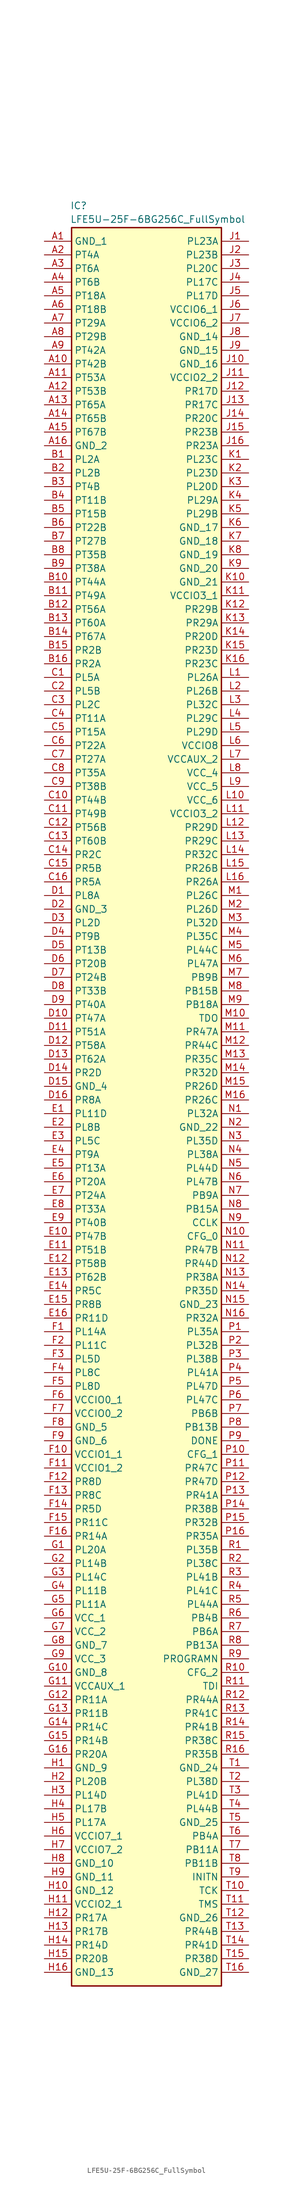
<source format=kicad_sym>
(kicad_symbol_lib
  (version 20241209)
  (generator "kicad_symbol_editor")
  (generator_version "9.0")
  (symbol "LFE5U-25F-6BG256C_FullSymbol"
    (property "Reference" "IC"
      (at 4.826 7.366 0)
      (effects (font (size 1.27 1.27)) (justify left top)))
    (property "Value" "LFE5U-25F-6BG256C_FullSymbol"
      (at 4.826 4.826 0)
      (effects (font (size 1.27 1.27)) (justify left top)))
    (symbol "LFE5U-25F-6BG256C_FullSymbol_1_1"
      (rectangle (start 5.08 2.54) (end 33.02 -325.12) (stroke (width 0.254) (type default)) (fill (type background)))
      (pin passive line (at 0 0 0) (length 5.08) (name "GND_1" (effects (font (size 1.27 1.27)))) (number "A1" (effects (font (size 1.27 1.27)))))
      (pin passive line (at 0 -2.54 0) (length 5.08) (name "PT4A" (effects (font (size 1.27 1.27)))) (number "A2" (effects (font (size 1.27 1.27)))))
      (pin passive line (at 0 -5.08 0) (length 5.08) (name "PT6A" (effects (font (size 1.27 1.27)))) (number "A3" (effects (font (size 1.27 1.27)))))
      (pin passive line (at 0 -7.62 0) (length 5.08) (name "PT6B" (effects (font (size 1.27 1.27)))) (number "A4" (effects (font (size 1.27 1.27)))))
      (pin passive line (at 0 -10.16 0) (length 5.08) (name "PT18A" (effects (font (size 1.27 1.27)))) (number "A5" (effects (font (size 1.27 1.27)))))
      (pin passive line (at 0 -12.7 0) (length 5.08) (name "PT18B" (effects (font (size 1.27 1.27)))) (number "A6" (effects (font (size 1.27 1.27)))))
      (pin passive line (at 0 -15.24 0) (length 5.08) (name "PT29A" (effects (font (size 1.27 1.27)))) (number "A7" (effects (font (size 1.27 1.27)))))
      (pin passive line (at 0 -17.78 0) (length 5.08) (name "PT29B" (effects (font (size 1.27 1.27)))) (number "A8" (effects (font (size 1.27 1.27)))))
      (pin passive line (at 0 -20.32 0) (length 5.08) (name "PT42A" (effects (font (size 1.27 1.27)))) (number "A9" (effects (font (size 1.27 1.27)))))
      (pin passive line (at 0 -22.86 0) (length 5.08) (name "PT42B" (effects (font (size 1.27 1.27)))) (number "A10" (effects (font (size 1.27 1.27)))))
      (pin passive line (at 0 -25.4 0) (length 5.08) (name "PT53A" (effects (font (size 1.27 1.27)))) (number "A11" (effects (font (size 1.27 1.27)))))
      (pin passive line (at 0 -27.94 0) (length 5.08) (name "PT53B" (effects (font (size 1.27 1.27)))) (number "A12" (effects (font (size 1.27 1.27)))))
      (pin passive line (at 0 -30.48 0) (length 5.08) (name "PT65A" (effects (font (size 1.27 1.27)))) (number "A13" (effects (font (size 1.27 1.27)))))
      (pin passive line (at 0 -33.02 0) (length 5.08) (name "PT65B" (effects (font (size 1.27 1.27)))) (number "A14" (effects (font (size 1.27 1.27)))))
      (pin passive line (at 0 -35.56 0) (length 5.08) (name "PT67B" (effects (font (size 1.27 1.27)))) (number "A15" (effects (font (size 1.27 1.27)))))
      (pin passive line (at 0 -38.1 0) (length 5.08) (name "GND_2" (effects (font (size 1.27 1.27)))) (number "A16" (effects (font (size 1.27 1.27)))))
      (pin passive line (at 0 -40.64 0) (length 5.08) (name "PL2A" (effects (font (size 1.27 1.27)))) (number "B1" (effects (font (size 1.27 1.27)))))
      (pin passive line (at 0 -43.18 0) (length 5.08) (name "PL2B" (effects (font (size 1.27 1.27)))) (number "B2" (effects (font (size 1.27 1.27)))))
      (pin passive line (at 0 -45.72 0) (length 5.08) (name "PT4B" (effects (font (size 1.27 1.27)))) (number "B3" (effects (font (size 1.27 1.27)))))
      (pin passive line (at 0 -48.26 0) (length 5.08) (name "PT11B" (effects (font (size 1.27 1.27)))) (number "B4" (effects (font (size 1.27 1.27)))))
      (pin passive line (at 0 -50.8 0) (length 5.08) (name "PT15B" (effects (font (size 1.27 1.27)))) (number "B5" (effects (font (size 1.27 1.27)))))
      (pin passive line (at 0 -53.34 0) (length 5.08) (name "PT22B" (effects (font (size 1.27 1.27)))) (number "B6" (effects (font (size 1.27 1.27)))))
      (pin passive line (at 0 -55.88 0) (length 5.08) (name "PT27B" (effects (font (size 1.27 1.27)))) (number "B7" (effects (font (size 1.27 1.27)))))
      (pin passive line (at 0 -58.42 0) (length 5.08) (name "PT35B" (effects (font (size 1.27 1.27)))) (number "B8" (effects (font (size 1.27 1.27)))))
      (pin passive line (at 0 -60.96 0) (length 5.08) (name "PT38A" (effects (font (size 1.27 1.27)))) (number "B9" (effects (font (size 1.27 1.27)))))
      (pin passive line (at 0 -63.5 0) (length 5.08) (name "PT44A" (effects (font (size 1.27 1.27)))) (number "B10" (effects (font (size 1.27 1.27)))))
      (pin passive line (at 0 -66.04 0) (length 5.08) (name "PT49A" (effects (font (size 1.27 1.27)))) (number "B11" (effects (font (size 1.27 1.27)))))
      (pin passive line (at 0 -68.58 0) (length 5.08) (name "PT56A" (effects (font (size 1.27 1.27)))) (number "B12" (effects (font (size 1.27 1.27)))))
      (pin passive line (at 0 -71.12 0) (length 5.08) (name "PT60A" (effects (font (size 1.27 1.27)))) (number "B13" (effects (font (size 1.27 1.27)))))
      (pin passive line (at 0 -73.66 0) (length 5.08) (name "PT67A" (effects (font (size 1.27 1.27)))) (number "B14" (effects (font (size 1.27 1.27)))))
      (pin passive line (at 0 -76.2 0) (length 5.08) (name "PR2B" (effects (font (size 1.27 1.27)))) (number "B15" (effects (font (size 1.27 1.27)))))
      (pin passive line (at 0 -78.74 0) (length 5.08) (name "PR2A" (effects (font (size 1.27 1.27)))) (number "B16" (effects (font (size 1.27 1.27)))))
      (pin passive line (at 0 -81.28 0) (length 5.08) (name "PL5A" (effects (font (size 1.27 1.27)))) (number "C1" (effects (font (size 1.27 1.27)))))
      (pin passive line (at 0 -83.82 0) (length 5.08) (name "PL5B" (effects (font (size 1.27 1.27)))) (number "C2" (effects (font (size 1.27 1.27)))))
      (pin passive line (at 0 -86.36 0) (length 5.08) (name "PL2C" (effects (font (size 1.27 1.27)))) (number "C3" (effects (font (size 1.27 1.27)))))
      (pin passive line (at 0 -88.9 0) (length 5.08) (name "PT11A" (effects (font (size 1.27 1.27)))) (number "C4" (effects (font (size 1.27 1.27)))))
      (pin passive line (at 0 -91.44 0) (length 5.08) (name "PT15A" (effects (font (size 1.27 1.27)))) (number "C5" (effects (font (size 1.27 1.27)))))
      (pin passive line (at 0 -93.98 0) (length 5.08) (name "PT22A" (effects (font (size 1.27 1.27)))) (number "C6" (effects (font (size 1.27 1.27)))))
      (pin passive line (at 0 -96.52 0) (length 5.08) (name "PT27A" (effects (font (size 1.27 1.27)))) (number "C7" (effects (font (size 1.27 1.27)))))
      (pin passive line (at 0 -99.06 0) (length 5.08) (name "PT35A" (effects (font (size 1.27 1.27)))) (number "C8" (effects (font (size 1.27 1.27)))))
      (pin passive line (at 0 -101.6 0) (length 5.08) (name "PT38B" (effects (font (size 1.27 1.27)))) (number "C9" (effects (font (size 1.27 1.27)))))
      (pin passive line (at 0 -104.14 0) (length 5.08) (name "PT44B" (effects (font (size 1.27 1.27)))) (number "C10" (effects (font (size 1.27 1.27)))))
      (pin passive line (at 0 -106.68 0) (length 5.08) (name "PT49B" (effects (font (size 1.27 1.27)))) (number "C11" (effects (font (size 1.27 1.27)))))
      (pin passive line (at 0 -109.22 0) (length 5.08) (name "PT56B" (effects (font (size 1.27 1.27)))) (number "C12" (effects (font (size 1.27 1.27)))))
      (pin passive line (at 0 -111.76 0) (length 5.08) (name "PT60B" (effects (font (size 1.27 1.27)))) (number "C13" (effects (font (size 1.27 1.27)))))
      (pin passive line (at 0 -114.3 0) (length 5.08) (name "PR2C" (effects (font (size 1.27 1.27)))) (number "C14" (effects (font (size 1.27 1.27)))))
      (pin passive line (at 0 -116.84 0) (length 5.08) (name "PR5B" (effects (font (size 1.27 1.27)))) (number "C15" (effects (font (size 1.27 1.27)))))
      (pin passive line (at 0 -119.38 0) (length 5.08) (name "PR5A" (effects (font (size 1.27 1.27)))) (number "C16" (effects (font (size 1.27 1.27)))))
      (pin passive line (at 0 -121.92 0) (length 5.08) (name "PL8A" (effects (font (size 1.27 1.27)))) (number "D1" (effects (font (size 1.27 1.27)))))
      (pin passive line (at 0 -124.46 0) (length 5.08) (name "GND_3" (effects (font (size 1.27 1.27)))) (number "D2" (effects (font (size 1.27 1.27)))))
      (pin passive line (at 0 -127 0) (length 5.08) (name "PL2D" (effects (font (size 1.27 1.27)))) (number "D3" (effects (font (size 1.27 1.27)))))
      (pin passive line (at 0 -129.54 0) (length 5.08) (name "PT9B" (effects (font (size 1.27 1.27)))) (number "D4" (effects (font (size 1.27 1.27)))))
      (pin passive line (at 0 -132.08 0) (length 5.08) (name "PT13B" (effects (font (size 1.27 1.27)))) (number "D5" (effects (font (size 1.27 1.27)))))
      (pin passive line (at 0 -134.62 0) (length 5.08) (name "PT20B" (effects (font (size 1.27 1.27)))) (number "D6" (effects (font (size 1.27 1.27)))))
      (pin passive line (at 0 -137.16 0) (length 5.08) (name "PT24B" (effects (font (size 1.27 1.27)))) (number "D7" (effects (font (size 1.27 1.27)))))
      (pin passive line (at 0 -139.7 0) (length 5.08) (name "PT33B" (effects (font (size 1.27 1.27)))) (number "D8" (effects (font (size 1.27 1.27)))))
      (pin passive line (at 0 -142.24 0) (length 5.08) (name "PT40A" (effects (font (size 1.27 1.27)))) (number "D9" (effects (font (size 1.27 1.27)))))
      (pin passive line (at 0 -144.78 0) (length 5.08) (name "PT47A" (effects (font (size 1.27 1.27)))) (number "D10" (effects (font (size 1.27 1.27)))))
      (pin passive line (at 0 -147.32 0) (length 5.08) (name "PT51A" (effects (font (size 1.27 1.27)))) (number "D11" (effects (font (size 1.27 1.27)))))
      (pin passive line (at 0 -149.86 0) (length 5.08) (name "PT58A" (effects (font (size 1.27 1.27)))) (number "D12" (effects (font (size 1.27 1.27)))))
      (pin passive line (at 0 -152.4 0) (length 5.08) (name "PT62A" (effects (font (size 1.27 1.27)))) (number "D13" (effects (font (size 1.27 1.27)))))
      (pin passive line (at 0 -154.94 0) (length 5.08) (name "PR2D" (effects (font (size 1.27 1.27)))) (number "D14" (effects (font (size 1.27 1.27)))))
      (pin passive line (at 0 -157.48 0) (length 5.08) (name "GND_4" (effects (font (size 1.27 1.27)))) (number "D15" (effects (font (size 1.27 1.27)))))
      (pin passive line (at 0 -160.02 0) (length 5.08) (name "PR8A" (effects (font (size 1.27 1.27)))) (number "D16" (effects (font (size 1.27 1.27)))))
      (pin passive line (at 0 -162.56 0) (length 5.08) (name "PL11D" (effects (font (size 1.27 1.27)))) (number "E1" (effects (font (size 1.27 1.27)))))
      (pin passive line (at 0 -165.1 0) (length 5.08) (name "PL8B" (effects (font (size 1.27 1.27)))) (number "E2" (effects (font (size 1.27 1.27)))))
      (pin passive line (at 0 -167.64 0) (length 5.08) (name "PL5C" (effects (font (size 1.27 1.27)))) (number "E3" (effects (font (size 1.27 1.27)))))
      (pin passive line (at 0 -170.18 0) (length 5.08) (name "PT9A" (effects (font (size 1.27 1.27)))) (number "E4" (effects (font (size 1.27 1.27)))))
      (pin passive line (at 0 -172.72 0) (length 5.08) (name "PT13A" (effects (font (size 1.27 1.27)))) (number "E5" (effects (font (size 1.27 1.27)))))
      (pin passive line (at 0 -175.26 0) (length 5.08) (name "PT20A" (effects (font (size 1.27 1.27)))) (number "E6" (effects (font (size 1.27 1.27)))))
      (pin passive line (at 0 -177.8 0) (length 5.08) (name "PT24A" (effects (font (size 1.27 1.27)))) (number "E7" (effects (font (size 1.27 1.27)))))
      (pin passive line (at 0 -180.34 0) (length 5.08) (name "PT33A" (effects (font (size 1.27 1.27)))) (number "E8" (effects (font (size 1.27 1.27)))))
      (pin passive line (at 0 -182.88 0) (length 5.08) (name "PT40B" (effects (font (size 1.27 1.27)))) (number "E9" (effects (font (size 1.27 1.27)))))
      (pin passive line (at 0 -185.42 0) (length 5.08) (name "PT47B" (effects (font (size 1.27 1.27)))) (number "E10" (effects (font (size 1.27 1.27)))))
      (pin passive line (at 0 -187.96 0) (length 5.08) (name "PT51B" (effects (font (size 1.27 1.27)))) (number "E11" (effects (font (size 1.27 1.27)))))
      (pin passive line (at 0 -190.5 0) (length 5.08) (name "PT58B" (effects (font (size 1.27 1.27)))) (number "E12" (effects (font (size 1.27 1.27)))))
      (pin passive line (at 0 -193.04 0) (length 5.08) (name "PT62B" (effects (font (size 1.27 1.27)))) (number "E13" (effects (font (size 1.27 1.27)))))
      (pin passive line (at 0 -195.58 0) (length 5.08) (name "PR5C" (effects (font (size 1.27 1.27)))) (number "E14" (effects (font (size 1.27 1.27)))))
      (pin passive line (at 0 -198.12 0) (length 5.08) (name "PR8B" (effects (font (size 1.27 1.27)))) (number "E15" (effects (font (size 1.27 1.27)))))
      (pin passive line (at 0 -200.66 0) (length 5.08) (name "PR11D" (effects (font (size 1.27 1.27)))) (number "E16" (effects (font (size 1.27 1.27)))))
      (pin passive line (at 0 -203.2 0) (length 5.08) (name "PL14A" (effects (font (size 1.27 1.27)))) (number "F1" (effects (font (size 1.27 1.27)))))
      (pin passive line (at 0 -205.74 0) (length 5.08) (name "PL11C" (effects (font (size 1.27 1.27)))) (number "F2" (effects (font (size 1.27 1.27)))))
      (pin passive line (at 0 -208.28 0) (length 5.08) (name "PL5D" (effects (font (size 1.27 1.27)))) (number "F3" (effects (font (size 1.27 1.27)))))
      (pin passive line (at 0 -210.82 0) (length 5.08) (name "PL8C" (effects (font (size 1.27 1.27)))) (number "F4" (effects (font (size 1.27 1.27)))))
      (pin passive line (at 0 -213.36 0) (length 5.08) (name "PL8D" (effects (font (size 1.27 1.27)))) (number "F5" (effects (font (size 1.27 1.27)))))
      (pin passive line (at 0 -215.9 0) (length 5.08) (name "VCCIO0_1" (effects (font (size 1.27 1.27)))) (number "F6" (effects (font (size 1.27 1.27)))))
      (pin passive line (at 0 -218.44 0) (length 5.08) (name "VCCIO0_2" (effects (font (size 1.27 1.27)))) (number "F7" (effects (font (size 1.27 1.27)))))
      (pin passive line (at 0 -220.98 0) (length 5.08) (name "GND_5" (effects (font (size 1.27 1.27)))) (number "F8" (effects (font (size 1.27 1.27)))))
      (pin passive line (at 0 -223.52 0) (length 5.08) (name "GND_6" (effects (font (size 1.27 1.27)))) (number "F9" (effects (font (size 1.27 1.27)))))
      (pin passive line (at 0 -226.06 0) (length 5.08) (name "VCCIO1_1" (effects (font (size 1.27 1.27)))) (number "F10" (effects (font (size 1.27 1.27)))))
      (pin passive line (at 0 -228.6 0) (length 5.08) (name "VCCIO1_2" (effects (font (size 1.27 1.27)))) (number "F11" (effects (font (size 1.27 1.27)))))
      (pin passive line (at 0 -231.14 0) (length 5.08) (name "PR8D" (effects (font (size 1.27 1.27)))) (number "F12" (effects (font (size 1.27 1.27)))))
      (pin passive line (at 0 -233.68 0) (length 5.08) (name "PR8C" (effects (font (size 1.27 1.27)))) (number "F13" (effects (font (size 1.27 1.27)))))
      (pin passive line (at 0 -236.22 0) (length 5.08) (name "PR5D" (effects (font (size 1.27 1.27)))) (number "F14" (effects (font (size 1.27 1.27)))))
      (pin passive line (at 0 -238.76 0) (length 5.08) (name "PR11C" (effects (font (size 1.27 1.27)))) (number "F15" (effects (font (size 1.27 1.27)))))
      (pin passive line (at 0 -241.3 0) (length 5.08) (name "PR14A" (effects (font (size 1.27 1.27)))) (number "F16" (effects (font (size 1.27 1.27)))))
      (pin passive line (at 0 -243.84 0) (length 5.08) (name "PL20A" (effects (font (size 1.27 1.27)))) (number "G1" (effects (font (size 1.27 1.27)))))
      (pin passive line (at 0 -246.38 0) (length 5.08) (name "PL14B" (effects (font (size 1.27 1.27)))) (number "G2" (effects (font (size 1.27 1.27)))))
      (pin passive line (at 0 -248.92 0) (length 5.08) (name "PL14C" (effects (font (size 1.27 1.27)))) (number "G3" (effects (font (size 1.27 1.27)))))
      (pin passive line (at 0 -251.46 0) (length 5.08) (name "PL11B" (effects (font (size 1.27 1.27)))) (number "G4" (effects (font (size 1.27 1.27)))))
      (pin passive line (at 0 -254 0) (length 5.08) (name "PL11A" (effects (font (size 1.27 1.27)))) (number "G5" (effects (font (size 1.27 1.27)))))
      (pin passive line (at 0 -256.54 0) (length 5.08) (name "VCC_1" (effects (font (size 1.27 1.27)))) (number "G6" (effects (font (size 1.27 1.27)))))
      (pin passive line (at 0 -259.08 0) (length 5.08) (name "VCC_2" (effects (font (size 1.27 1.27)))) (number "G7" (effects (font (size 1.27 1.27)))))
      (pin passive line (at 0 -261.62 0) (length 5.08) (name "GND_7" (effects (font (size 1.27 1.27)))) (number "G8" (effects (font (size 1.27 1.27)))))
      (pin passive line (at 0 -264.16 0) (length 5.08) (name "VCC_3" (effects (font (size 1.27 1.27)))) (number "G9" (effects (font (size 1.27 1.27)))))
      (pin passive line (at 0 -266.7 0) (length 5.08) (name "GND_8" (effects (font (size 1.27 1.27)))) (number "G10" (effects (font (size 1.27 1.27)))))
      (pin passive line (at 0 -269.24 0) (length 5.08) (name "VCCAUX_1" (effects (font (size 1.27 1.27)))) (number "G11" (effects (font (size 1.27 1.27)))))
      (pin passive line (at 0 -271.78 0) (length 5.08) (name "PR11A" (effects (font (size 1.27 1.27)))) (number "G12" (effects (font (size 1.27 1.27)))))
      (pin passive line (at 0 -274.32 0) (length 5.08) (name "PR11B" (effects (font (size 1.27 1.27)))) (number "G13" (effects (font (size 1.27 1.27)))))
      (pin passive line (at 0 -276.86 0) (length 5.08) (name "PR14C" (effects (font (size 1.27 1.27)))) (number "G14" (effects (font (size 1.27 1.27)))))
      (pin passive line (at 0 -279.4 0) (length 5.08) (name "PR14B" (effects (font (size 1.27 1.27)))) (number "G15" (effects (font (size 1.27 1.27)))))
      (pin passive line (at 0 -281.94 0) (length 5.08) (name "PR20A" (effects (font (size 1.27 1.27)))) (number "G16" (effects (font (size 1.27 1.27)))))
      (pin passive line (at 0 -284.48 0) (length 5.08) (name "GND_9" (effects (font (size 1.27 1.27)))) (number "H1" (effects (font (size 1.27 1.27)))))
      (pin passive line (at 0 -287.02 0) (length 5.08) (name "PL20B" (effects (font (size 1.27 1.27)))) (number "H2" (effects (font (size 1.27 1.27)))))
      (pin passive line (at 0 -289.56 0) (length 5.08) (name "PL14D" (effects (font (size 1.27 1.27)))) (number "H3" (effects (font (size 1.27 1.27)))))
      (pin passive line (at 0 -292.1 0) (length 5.08) (name "PL17B" (effects (font (size 1.27 1.27)))) (number "H4" (effects (font (size 1.27 1.27)))))
      (pin passive line (at 0 -294.64 0) (length 5.08) (name "PL17A" (effects (font (size 1.27 1.27)))) (number "H5" (effects (font (size 1.27 1.27)))))
      (pin passive line (at 0 -297.18 0) (length 5.08) (name "VCCIO7_1" (effects (font (size 1.27 1.27)))) (number "H6" (effects (font (size 1.27 1.27)))))
      (pin passive line (at 0 -299.72 0) (length 5.08) (name "VCCIO7_2" (effects (font (size 1.27 1.27)))) (number "H7" (effects (font (size 1.27 1.27)))))
      (pin passive line (at 0 -302.26 0) (length 5.08) (name "GND_10" (effects (font (size 1.27 1.27)))) (number "H8" (effects (font (size 1.27 1.27)))))
      (pin passive line (at 0 -304.8 0) (length 5.08) (name "GND_11" (effects (font (size 1.27 1.27)))) (number "H9" (effects (font (size 1.27 1.27)))))
      (pin passive line (at 0 -307.34 0) (length 5.08) (name "GND_12" (effects (font (size 1.27 1.27)))) (number "H10" (effects (font (size 1.27 1.27)))))
      (pin passive line (at 0 -309.88 0) (length 5.08) (name "VCCIO2_1" (effects (font (size 1.27 1.27)))) (number "H11" (effects (font (size 1.27 1.27)))))
      (pin passive line (at 0 -312.42 0) (length 5.08) (name "PR17A" (effects (font (size 1.27 1.27)))) (number "H12" (effects (font (size 1.27 1.27)))))
      (pin passive line (at 0 -314.96 0) (length 5.08) (name "PR17B" (effects (font (size 1.27 1.27)))) (number "H13" (effects (font (size 1.27 1.27)))))
      (pin passive line (at 0 -317.5 0) (length 5.08) (name "PR14D" (effects (font (size 1.27 1.27)))) (number "H14" (effects (font (size 1.27 1.27)))))
      (pin passive line (at 0 -320.04 0) (length 5.08) (name "PR20B" (effects (font (size 1.27 1.27)))) (number "H15" (effects (font (size 1.27 1.27)))))
      (pin passive line (at 0 -322.58 0) (length 5.08) (name "GND_13" (effects (font (size 1.27 1.27)))) (number "H16" (effects (font (size 1.27 1.27)))))
      (pin passive line (at 38.1 0 180) (length 5.08) (name "PL23A" (effects (font (size 1.27 1.27)))) (number "J1" (effects (font (size 1.27 1.27)))))
      (pin passive line (at 38.1 -2.54 180) (length 5.08) (name "PL23B" (effects (font (size 1.27 1.27)))) (number "J2" (effects (font (size 1.27 1.27)))))
      (pin passive line (at 38.1 -5.08 180) (length 5.08) (name "PL20C" (effects (font (size 1.27 1.27)))) (number "J3" (effects (font (size 1.27 1.27)))))
      (pin passive line (at 38.1 -7.62 180) (length 5.08) (name "PL17C" (effects (font (size 1.27 1.27)))) (number "J4" (effects (font (size 1.27 1.27)))))
      (pin passive line (at 38.1 -10.16 180) (length 5.08) (name "PL17D" (effects (font (size 1.27 1.27)))) (number "J5" (effects (font (size 1.27 1.27)))))
      (pin passive line (at 38.1 -12.7 180) (length 5.08) (name "VCCIO6_1" (effects (font (size 1.27 1.27)))) (number "J6" (effects (font (size 1.27 1.27)))))
      (pin passive line (at 38.1 -15.24 180) (length 5.08) (name "VCCIO6_2" (effects (font (size 1.27 1.27)))) (number "J7" (effects (font (size 1.27 1.27)))))
      (pin passive line (at 38.1 -17.78 180) (length 5.08) (name "GND_14" (effects (font (size 1.27 1.27)))) (number "J8" (effects (font (size 1.27 1.27)))))
      (pin passive line (at 38.1 -20.32 180) (length 5.08) (name "GND_15" (effects (font (size 1.27 1.27)))) (number "J9" (effects (font (size 1.27 1.27)))))
      (pin passive line (at 38.1 -22.86 180) (length 5.08) (name "GND_16" (effects (font (size 1.27 1.27)))) (number "J10" (effects (font (size 1.27 1.27)))))
      (pin passive line (at 38.1 -25.4 180) (length 5.08) (name "VCCIO2_2" (effects (font (size 1.27 1.27)))) (number "J11" (effects (font (size 1.27 1.27)))))
      (pin passive line (at 38.1 -27.94 180) (length 5.08) (name "PR17D" (effects (font (size 1.27 1.27)))) (number "J12" (effects (font (size 1.27 1.27)))))
      (pin passive line (at 38.1 -30.48 180) (length 5.08) (name "PR17C" (effects (font (size 1.27 1.27)))) (number "J13" (effects (font (size 1.27 1.27)))))
      (pin passive line (at 38.1 -33.02 180) (length 5.08) (name "PR20C" (effects (font (size 1.27 1.27)))) (number "J14" (effects (font (size 1.27 1.27)))))
      (pin passive line (at 38.1 -35.56 180) (length 5.08) (name "PR23B" (effects (font (size 1.27 1.27)))) (number "J15" (effects (font (size 1.27 1.27)))))
      (pin passive line (at 38.1 -38.1 180) (length 5.08) (name "PR23A" (effects (font (size 1.27 1.27)))) (number "J16" (effects (font (size 1.27 1.27)))))
      (pin passive line (at 38.1 -40.64 180) (length 5.08) (name "PL23C" (effects (font (size 1.27 1.27)))) (number "K1" (effects (font (size 1.27 1.27)))))
      (pin passive line (at 38.1 -43.18 180) (length 5.08) (name "PL23D" (effects (font (size 1.27 1.27)))) (number "K2" (effects (font (size 1.27 1.27)))))
      (pin passive line (at 38.1 -45.72 180) (length 5.08) (name "PL20D" (effects (font (size 1.27 1.27)))) (number "K3" (effects (font (size 1.27 1.27)))))
      (pin passive line (at 38.1 -48.26 180) (length 5.08) (name "PL29A" (effects (font (size 1.27 1.27)))) (number "K4" (effects (font (size 1.27 1.27)))))
      (pin passive line (at 38.1 -50.8 180) (length 5.08) (name "PL29B" (effects (font (size 1.27 1.27)))) (number "K5" (effects (font (size 1.27 1.27)))))
      (pin passive line (at 38.1 -53.34 180) (length 5.08) (name "GND_17" (effects (font (size 1.27 1.27)))) (number "K6" (effects (font (size 1.27 1.27)))))
      (pin passive line (at 38.1 -55.88 180) (length 5.08) (name "GND_18" (effects (font (size 1.27 1.27)))) (number "K7" (effects (font (size 1.27 1.27)))))
      (pin passive line (at 38.1 -58.42 180) (length 5.08) (name "GND_19" (effects (font (size 1.27 1.27)))) (number "K8" (effects (font (size 1.27 1.27)))))
      (pin passive line (at 38.1 -60.96 180) (length 5.08) (name "GND_20" (effects (font (size 1.27 1.27)))) (number "K9" (effects (font (size 1.27 1.27)))))
      (pin passive line (at 38.1 -63.5 180) (length 5.08) (name "GND_21" (effects (font (size 1.27 1.27)))) (number "K10" (effects (font (size 1.27 1.27)))))
      (pin passive line (at 38.1 -66.04 180) (length 5.08) (name "VCCIO3_1" (effects (font (size 1.27 1.27)))) (number "K11" (effects (font (size 1.27 1.27)))))
      (pin passive line (at 38.1 -68.58 180) (length 5.08) (name "PR29B" (effects (font (size 1.27 1.27)))) (number "K12" (effects (font (size 1.27 1.27)))))
      (pin passive line (at 38.1 -71.12 180) (length 5.08) (name "PR29A" (effects (font (size 1.27 1.27)))) (number "K13" (effects (font (size 1.27 1.27)))))
      (pin passive line (at 38.1 -73.66 180) (length 5.08) (name "PR20D" (effects (font (size 1.27 1.27)))) (number "K14" (effects (font (size 1.27 1.27)))))
      (pin passive line (at 38.1 -76.2 180) (length 5.08) (name "PR23D" (effects (font (size 1.27 1.27)))) (number "K15" (effects (font (size 1.27 1.27)))))
      (pin passive line (at 38.1 -78.74 180) (length 5.08) (name "PR23C" (effects (font (size 1.27 1.27)))) (number "K16" (effects (font (size 1.27 1.27)))))
      (pin passive line (at 38.1 -81.28 180) (length 5.08) (name "PL26A" (effects (font (size 1.27 1.27)))) (number "L1" (effects (font (size 1.27 1.27)))))
      (pin passive line (at 38.1 -83.82 180) (length 5.08) (name "PL26B" (effects (font (size 1.27 1.27)))) (number "L2" (effects (font (size 1.27 1.27)))))
      (pin passive line (at 38.1 -86.36 180) (length 5.08) (name "PL32C" (effects (font (size 1.27 1.27)))) (number "L3" (effects (font (size 1.27 1.27)))))
      (pin passive line (at 38.1 -88.9 180) (length 5.08) (name "PL29C" (effects (font (size 1.27 1.27)))) (number "L4" (effects (font (size 1.27 1.27)))))
      (pin passive line (at 38.1 -91.44 180) (length 5.08) (name "PL29D" (effects (font (size 1.27 1.27)))) (number "L5" (effects (font (size 1.27 1.27)))))
      (pin passive line (at 38.1 -93.98 180) (length 5.08) (name "VCCIO8" (effects (font (size 1.27 1.27)))) (number "L6" (effects (font (size 1.27 1.27)))))
      (pin passive line (at 38.1 -96.52 180) (length 5.08) (name "VCCAUX_2" (effects (font (size 1.27 1.27)))) (number "L7" (effects (font (size 1.27 1.27)))))
      (pin passive line (at 38.1 -99.06 180) (length 5.08) (name "VCC_4" (effects (font (size 1.27 1.27)))) (number "L8" (effects (font (size 1.27 1.27)))))
      (pin passive line (at 38.1 -101.6 180) (length 5.08) (name "VCC_5" (effects (font (size 1.27 1.27)))) (number "L9" (effects (font (size 1.27 1.27)))))
      (pin passive line (at 38.1 -104.14 180) (length 5.08) (name "VCC_6" (effects (font (size 1.27 1.27)))) (number "L10" (effects (font (size 1.27 1.27)))))
      (pin passive line (at 38.1 -106.68 180) (length 5.08) (name "VCCIO3_2" (effects (font (size 1.27 1.27)))) (number "L11" (effects (font (size 1.27 1.27)))))
      (pin passive line (at 38.1 -109.22 180) (length 5.08) (name "PR29D" (effects (font (size 1.27 1.27)))) (number "L12" (effects (font (size 1.27 1.27)))))
      (pin passive line (at 38.1 -111.76 180) (length 5.08) (name "PR29C" (effects (font (size 1.27 1.27)))) (number "L13" (effects (font (size 1.27 1.27)))))
      (pin passive line (at 38.1 -114.3 180) (length 5.08) (name "PR32C" (effects (font (size 1.27 1.27)))) (number "L14" (effects (font (size 1.27 1.27)))))
      (pin passive line (at 38.1 -116.84 180) (length 5.08) (name "PR26B" (effects (font (size 1.27 1.27)))) (number "L15" (effects (font (size 1.27 1.27)))))
      (pin passive line (at 38.1 -119.38 180) (length 5.08) (name "PR26A" (effects (font (size 1.27 1.27)))) (number "L16" (effects (font (size 1.27 1.27)))))
      (pin passive line (at 38.1 -121.92 180) (length 5.08) (name "PL26C" (effects (font (size 1.27 1.27)))) (number "M1" (effects (font (size 1.27 1.27)))))
      (pin passive line (at 38.1 -124.46 180) (length 5.08) (name "PL26D" (effects (font (size 1.27 1.27)))) (number "M2" (effects (font (size 1.27 1.27)))))
      (pin passive line (at 38.1 -127 180) (length 5.08) (name "PL32D" (effects (font (size 1.27 1.27)))) (number "M3" (effects (font (size 1.27 1.27)))))
      (pin passive line (at 38.1 -129.54 180) (length 5.08) (name "PL35C" (effects (font (size 1.27 1.27)))) (number "M4" (effects (font (size 1.27 1.27)))))
      (pin passive line (at 38.1 -132.08 180) (length 5.08) (name "PL44C" (effects (font (size 1.27 1.27)))) (number "M5" (effects (font (size 1.27 1.27)))))
      (pin passive line (at 38.1 -134.62 180) (length 5.08) (name "PL47A" (effects (font (size 1.27 1.27)))) (number "M6" (effects (font (size 1.27 1.27)))))
      (pin passive line (at 38.1 -137.16 180) (length 5.08) (name "PB9B" (effects (font (size 1.27 1.27)))) (number "M7" (effects (font (size 1.27 1.27)))))
      (pin passive line (at 38.1 -139.7 180) (length 5.08) (name "PB15B" (effects (font (size 1.27 1.27)))) (number "M8" (effects (font (size 1.27 1.27)))))
      (pin passive line (at 38.1 -142.24 180) (length 5.08) (name "PB18A" (effects (font (size 1.27 1.27)))) (number "M9" (effects (font (size 1.27 1.27)))))
      (pin passive line (at 38.1 -144.78 180) (length 5.08) (name "TDO" (effects (font (size 1.27 1.27)))) (number "M10" (effects (font (size 1.27 1.27)))))
      (pin passive line (at 38.1 -147.32 180) (length 5.08) (name "PR47A" (effects (font (size 1.27 1.27)))) (number "M11" (effects (font (size 1.27 1.27)))))
      (pin passive line (at 38.1 -149.86 180) (length 5.08) (name "PR44C" (effects (font (size 1.27 1.27)))) (number "M12" (effects (font (size 1.27 1.27)))))
      (pin passive line (at 38.1 -152.4 180) (length 5.08) (name "PR35C" (effects (font (size 1.27 1.27)))) (number "M13" (effects (font (size 1.27 1.27)))))
      (pin passive line (at 38.1 -154.94 180) (length 5.08) (name "PR32D" (effects (font (size 1.27 1.27)))) (number "M14" (effects (font (size 1.27 1.27)))))
      (pin passive line (at 38.1 -157.48 180) (length 5.08) (name "PR26D" (effects (font (size 1.27 1.27)))) (number "M15" (effects (font (size 1.27 1.27)))))
      (pin passive line (at 38.1 -160.02 180) (length 5.08) (name "PR26C" (effects (font (size 1.27 1.27)))) (number "M16" (effects (font (size 1.27 1.27)))))
      (pin passive line (at 38.1 -162.56 180) (length 5.08) (name "PL32A" (effects (font (size 1.27 1.27)))) (number "N1" (effects (font (size 1.27 1.27)))))
      (pin passive line (at 38.1 -165.1 180) (length 5.08) (name "GND_22" (effects (font (size 1.27 1.27)))) (number "N2" (effects (font (size 1.27 1.27)))))
      (pin passive line (at 38.1 -167.64 180) (length 5.08) (name "PL35D" (effects (font (size 1.27 1.27)))) (number "N3" (effects (font (size 1.27 1.27)))))
      (pin passive line (at 38.1 -170.18 180) (length 5.08) (name "PL38A" (effects (font (size 1.27 1.27)))) (number "N4" (effects (font (size 1.27 1.27)))))
      (pin passive line (at 38.1 -172.72 180) (length 5.08) (name "PL44D" (effects (font (size 1.27 1.27)))) (number "N5" (effects (font (size 1.27 1.27)))))
      (pin passive line (at 38.1 -175.26 180) (length 5.08) (name "PL47B" (effects (font (size 1.27 1.27)))) (number "N6" (effects (font (size 1.27 1.27)))))
      (pin passive line (at 38.1 -177.8 180) (length 5.08) (name "PB9A" (effects (font (size 1.27 1.27)))) (number "N7" (effects (font (size 1.27 1.27)))))
      (pin passive line (at 38.1 -180.34 180) (length 5.08) (name "PB15A" (effects (font (size 1.27 1.27)))) (number "N8" (effects (font (size 1.27 1.27)))))
      (pin passive line (at 38.1 -182.88 180) (length 5.08) (name "CCLK" (effects (font (size 1.27 1.27)))) (number "N9" (effects (font (size 1.27 1.27)))))
      (pin passive line (at 38.1 -185.42 180) (length 5.08) (name "CFG_0" (effects (font (size 1.27 1.27)))) (number "N10" (effects (font (size 1.27 1.27)))))
      (pin passive line (at 38.1 -187.96 180) (length 5.08) (name "PR47B" (effects (font (size 1.27 1.27)))) (number "N11" (effects (font (size 1.27 1.27)))))
      (pin passive line (at 38.1 -190.5 180) (length 5.08) (name "PR44D" (effects (font (size 1.27 1.27)))) (number "N12" (effects (font (size 1.27 1.27)))))
      (pin passive line (at 38.1 -193.04 180) (length 5.08) (name "PR38A" (effects (font (size 1.27 1.27)))) (number "N13" (effects (font (size 1.27 1.27)))))
      (pin passive line (at 38.1 -195.58 180) (length 5.08) (name "PR35D" (effects (font (size 1.27 1.27)))) (number "N14" (effects (font (size 1.27 1.27)))))
      (pin passive line (at 38.1 -198.12 180) (length 5.08) (name "GND_23" (effects (font (size 1.27 1.27)))) (number "N15" (effects (font (size 1.27 1.27)))))
      (pin passive line (at 38.1 -200.66 180) (length 5.08) (name "PR32A" (effects (font (size 1.27 1.27)))) (number "N16" (effects (font (size 1.27 1.27)))))
      (pin passive line (at 38.1 -203.2 180) (length 5.08) (name "PL35A" (effects (font (size 1.27 1.27)))) (number "P1" (effects (font (size 1.27 1.27)))))
      (pin passive line (at 38.1 -205.74 180) (length 5.08) (name "PL32B" (effects (font (size 1.27 1.27)))) (number "P2" (effects (font (size 1.27 1.27)))))
      (pin passive line (at 38.1 -208.28 180) (length 5.08) (name "PL38B" (effects (font (size 1.27 1.27)))) (number "P3" (effects (font (size 1.27 1.27)))))
      (pin passive line (at 38.1 -210.82 180) (length 5.08) (name "PL41A" (effects (font (size 1.27 1.27)))) (number "P4" (effects (font (size 1.27 1.27)))))
      (pin passive line (at 38.1 -213.36 180) (length 5.08) (name "PL47D" (effects (font (size 1.27 1.27)))) (number "P5" (effects (font (size 1.27 1.27)))))
      (pin passive line (at 38.1 -215.9 180) (length 5.08) (name "PL47C" (effects (font (size 1.27 1.27)))) (number "P6" (effects (font (size 1.27 1.27)))))
      (pin passive line (at 38.1 -218.44 180) (length 5.08) (name "PB6B" (effects (font (size 1.27 1.27)))) (number "P7" (effects (font (size 1.27 1.27)))))
      (pin passive line (at 38.1 -220.98 180) (length 5.08) (name "PB13B" (effects (font (size 1.27 1.27)))) (number "P8" (effects (font (size 1.27 1.27)))))
      (pin passive line (at 38.1 -223.52 180) (length 5.08) (name "DONE" (effects (font (size 1.27 1.27)))) (number "P9" (effects (font (size 1.27 1.27)))))
      (pin passive line (at 38.1 -226.06 180) (length 5.08) (name "CFG_1" (effects (font (size 1.27 1.27)))) (number "P10" (effects (font (size 1.27 1.27)))))
      (pin passive line (at 38.1 -228.6 180) (length 5.08) (name "PR47C" (effects (font (size 1.27 1.27)))) (number "P11" (effects (font (size 1.27 1.27)))))
      (pin passive line (at 38.1 -231.14 180) (length 5.08) (name "PR47D" (effects (font (size 1.27 1.27)))) (number "P12" (effects (font (size 1.27 1.27)))))
      (pin passive line (at 38.1 -233.68 180) (length 5.08) (name "PR41A" (effects (font (size 1.27 1.27)))) (number "P13" (effects (font (size 1.27 1.27)))))
      (pin passive line (at 38.1 -236.22 180) (length 5.08) (name "PR38B" (effects (font (size 1.27 1.27)))) (number "P14" (effects (font (size 1.27 1.27)))))
      (pin passive line (at 38.1 -238.76 180) (length 5.08) (name "PR32B" (effects (font (size 1.27 1.27)))) (number "P15" (effects (font (size 1.27 1.27)))))
      (pin passive line (at 38.1 -241.3 180) (length 5.08) (name "PR35A" (effects (font (size 1.27 1.27)))) (number "P16" (effects (font (size 1.27 1.27)))))
      (pin passive line (at 38.1 -243.84 180) (length 5.08) (name "PL35B" (effects (font (size 1.27 1.27)))) (number "R1" (effects (font (size 1.27 1.27)))))
      (pin passive line (at 38.1 -246.38 180) (length 5.08) (name "PL38C" (effects (font (size 1.27 1.27)))) (number "R2" (effects (font (size 1.27 1.27)))))
      (pin passive line (at 38.1 -248.92 180) (length 5.08) (name "PL41B" (effects (font (size 1.27 1.27)))) (number "R3" (effects (font (size 1.27 1.27)))))
      (pin passive line (at 38.1 -251.46 180) (length 5.08) (name "PL41C" (effects (font (size 1.27 1.27)))) (number "R4" (effects (font (size 1.27 1.27)))))
      (pin passive line (at 38.1 -254 180) (length 5.08) (name "PL44A" (effects (font (size 1.27 1.27)))) (number "R5" (effects (font (size 1.27 1.27)))))
      (pin passive line (at 38.1 -256.54 180) (length 5.08) (name "PB4B" (effects (font (size 1.27 1.27)))) (number "R6" (effects (font (size 1.27 1.27)))))
      (pin passive line (at 38.1 -259.08 180) (length 5.08) (name "PB6A" (effects (font (size 1.27 1.27)))) (number "R7" (effects (font (size 1.27 1.27)))))
      (pin passive line (at 38.1 -261.62 180) (length 5.08) (name "PB13A" (effects (font (size 1.27 1.27)))) (number "R8" (effects (font (size 1.27 1.27)))))
      (pin passive line (at 38.1 -264.16 180) (length 5.08) (name "PROGRAMN" (effects (font (size 1.27 1.27)))) (number "R9" (effects (font (size 1.27 1.27)))))
      (pin passive line (at 38.1 -266.7 180) (length 5.08) (name "CFG_2" (effects (font (size 1.27 1.27)))) (number "R10" (effects (font (size 1.27 1.27)))))
      (pin passive line (at 38.1 -269.24 180) (length 5.08) (name "TDI" (effects (font (size 1.27 1.27)))) (number "R11" (effects (font (size 1.27 1.27)))))
      (pin passive line (at 38.1 -271.78 180) (length 5.08) (name "PR44A" (effects (font (size 1.27 1.27)))) (number "R12" (effects (font (size 1.27 1.27)))))
      (pin passive line (at 38.1 -274.32 180) (length 5.08) (name "PR41C" (effects (font (size 1.27 1.27)))) (number "R13" (effects (font (size 1.27 1.27)))))
      (pin passive line (at 38.1 -276.86 180) (length 5.08) (name "PR41B" (effects (font (size 1.27 1.27)))) (number "R14" (effects (font (size 1.27 1.27)))))
      (pin passive line (at 38.1 -279.4 180) (length 5.08) (name "PR38C" (effects (font (size 1.27 1.27)))) (number "R15" (effects (font (size 1.27 1.27)))))
      (pin passive line (at 38.1 -281.94 180) (length 5.08) (name "PR35B" (effects (font (size 1.27 1.27)))) (number "R16" (effects (font (size 1.27 1.27)))))
      (pin passive line (at 38.1 -284.48 180) (length 5.08) (name "GND_24" (effects (font (size 1.27 1.27)))) (number "T1" (effects (font (size 1.27 1.27)))))
      (pin passive line (at 38.1 -287.02 180) (length 5.08) (name "PL38D" (effects (font (size 1.27 1.27)))) (number "T2" (effects (font (size 1.27 1.27)))))
      (pin passive line (at 38.1 -289.56 180) (length 5.08) (name "PL41D" (effects (font (size 1.27 1.27)))) (number "T3" (effects (font (size 1.27 1.27)))))
      (pin passive line (at 38.1 -292.1 180) (length 5.08) (name "PL44B" (effects (font (size 1.27 1.27)))) (number "T4" (effects (font (size 1.27 1.27)))))
      (pin passive line (at 38.1 -294.64 180) (length 5.08) (name "GND_25" (effects (font (size 1.27 1.27)))) (number "T5" (effects (font (size 1.27 1.27)))))
      (pin passive line (at 38.1 -297.18 180) (length 5.08) (name "PB4A" (effects (font (size 1.27 1.27)))) (number "T6" (effects (font (size 1.27 1.27)))))
      (pin passive line (at 38.1 -299.72 180) (length 5.08) (name "PB11A" (effects (font (size 1.27 1.27)))) (number "T7" (effects (font (size 1.27 1.27)))))
      (pin passive line (at 38.1 -302.26 180) (length 5.08) (name "PB11B" (effects (font (size 1.27 1.27)))) (number "T8" (effects (font (size 1.27 1.27)))))
      (pin passive line (at 38.1 -304.8 180) (length 5.08) (name "INITN" (effects (font (size 1.27 1.27)))) (number "T9" (effects (font (size 1.27 1.27)))))
      (pin passive line (at 38.1 -307.34 180) (length 5.08) (name "TCK" (effects (font (size 1.27 1.27)))) (number "T10" (effects (font (size 1.27 1.27)))))
      (pin passive line (at 38.1 -309.88 180) (length 5.08) (name "TMS" (effects (font (size 1.27 1.27)))) (number "T11" (effects (font (size 1.27 1.27)))))
      (pin passive line (at 38.1 -312.42 180) (length 5.08) (name "GND_26" (effects (font (size 1.27 1.27)))) (number "T12" (effects (font (size 1.27 1.27)))))
      (pin passive line (at 38.1 -314.96 180) (length 5.08) (name "PR44B" (effects (font (size 1.27 1.27)))) (number "T13" (effects (font (size 1.27 1.27)))))
      (pin passive line (at 38.1 -317.5 180) (length 5.08) (name "PR41D" (effects (font (size 1.27 1.27)))) (number "T14" (effects (font (size 1.27 1.27)))))
      (pin passive line (at 38.1 -320.04 180) (length 5.08) (name "PR38D" (effects (font (size 1.27 1.27)))) (number "T15" (effects (font (size 1.27 1.27)))))
      (pin passive line (at 38.1 -322.58 180) (length 5.08) (name "GND_27" (effects (font (size 1.27 1.27)))) (number "T16" (effects (font (size 1.27 1.27))))))))
</source>
